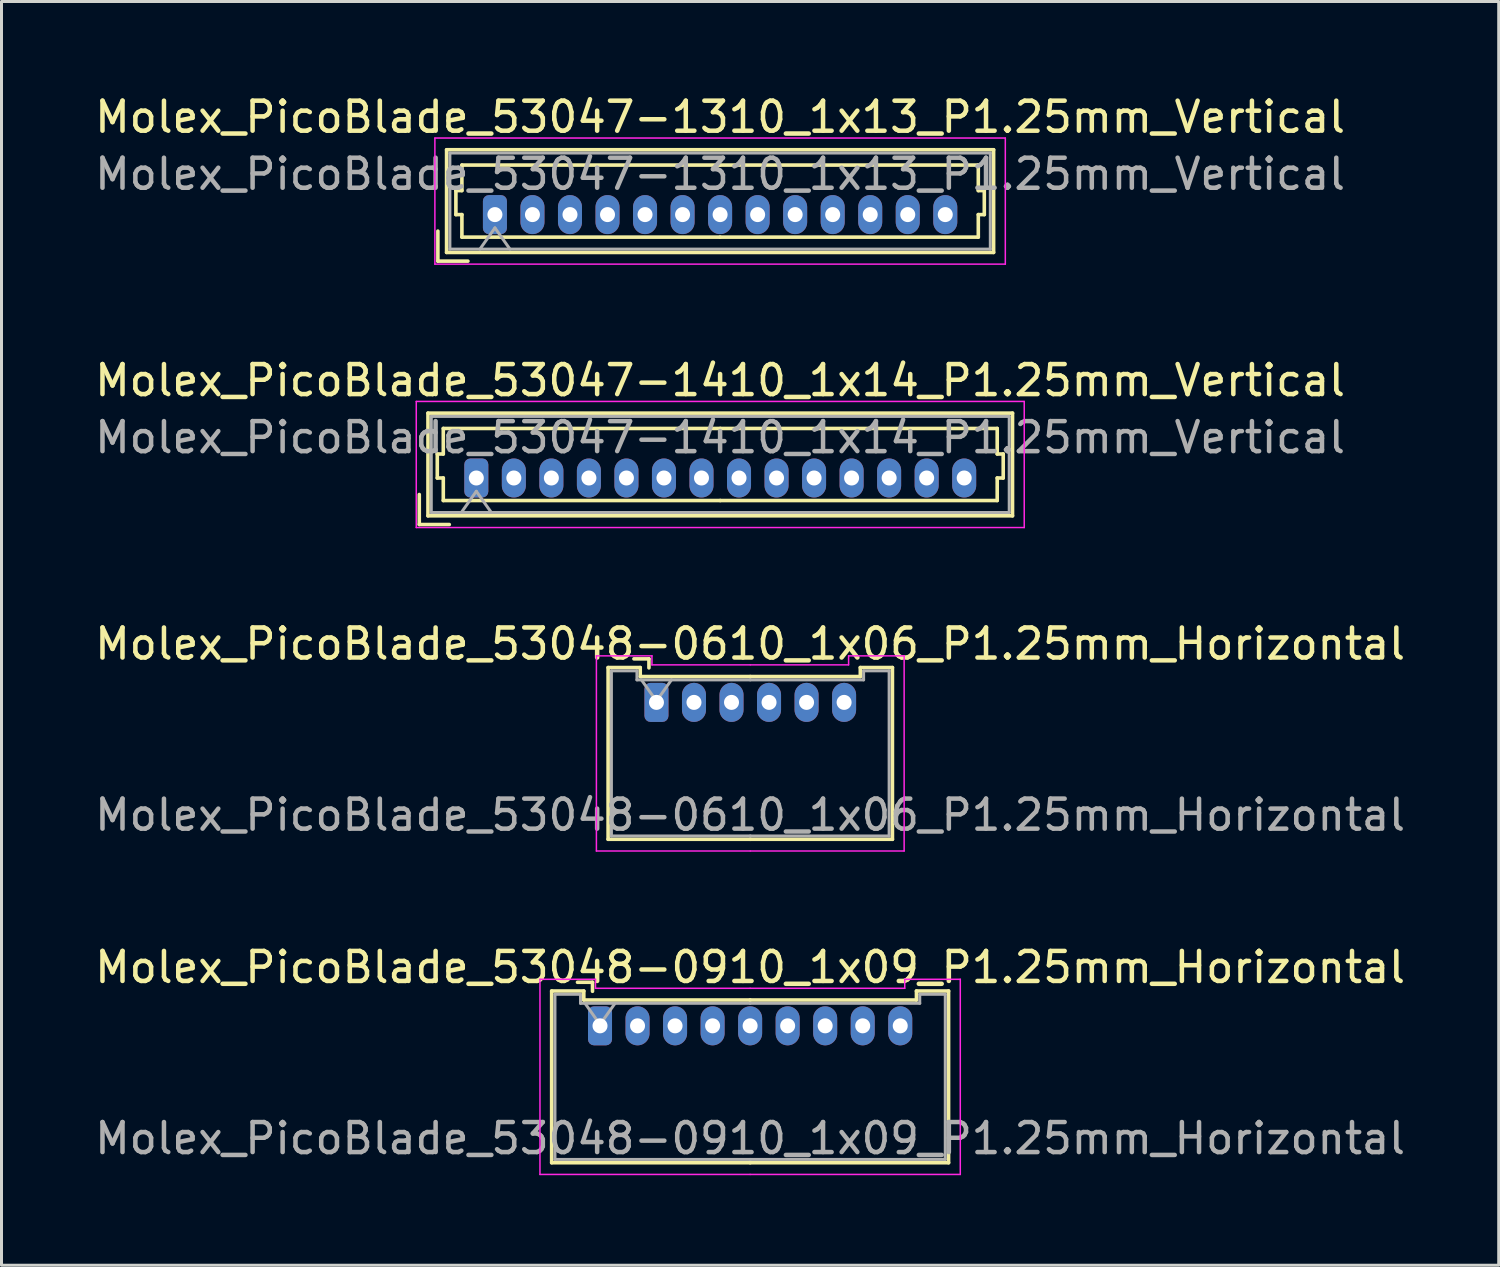
<source format=kicad_pcb>
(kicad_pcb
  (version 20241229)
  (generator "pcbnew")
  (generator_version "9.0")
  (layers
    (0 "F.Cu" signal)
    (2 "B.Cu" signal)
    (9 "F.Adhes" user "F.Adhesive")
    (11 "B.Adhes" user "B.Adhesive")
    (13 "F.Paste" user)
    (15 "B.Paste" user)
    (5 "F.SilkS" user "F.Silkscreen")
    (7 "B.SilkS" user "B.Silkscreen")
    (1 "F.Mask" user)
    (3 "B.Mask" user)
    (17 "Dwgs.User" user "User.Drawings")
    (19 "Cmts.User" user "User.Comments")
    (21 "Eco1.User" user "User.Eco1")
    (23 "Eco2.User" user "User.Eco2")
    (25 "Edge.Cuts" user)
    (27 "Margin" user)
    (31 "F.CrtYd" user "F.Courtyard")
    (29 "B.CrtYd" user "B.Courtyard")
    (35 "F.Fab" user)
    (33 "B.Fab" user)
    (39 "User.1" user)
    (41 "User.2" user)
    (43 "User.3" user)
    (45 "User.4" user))
  (footprint "Molex_PicoBlade_53048-0910_1x09_P1.25mm_Horizontal"
    (layer "F.Cu")
    (at 16.935 31.118)
    (property "Reference" "Molex_PicoBlade_53048-0910_1x09_P1.25mm_Horizontal" (at 5 -1.95 0) (layer "F.SilkS") (effects (font (size 1 1) (thickness 0.15))))
    (attr through_hole)
    (fp_line (start -1.61 -1.16) (end -1.61 4.56) (stroke (width 0.12) (type solid)) (layer "F.SilkS"))
    (fp_line (start -1.61 4.56) (end 5 4.56) (stroke (width 0.12) (type solid)) (layer "F.SilkS"))
    (fp_line (start -0.54 -1.16) (end -1.61 -1.16) (stroke (width 0.12) (type solid)) (layer "F.SilkS"))
    (fp_line (start -0.54 -0.86) (end -0.54 -1.16) (stroke (width 0.12) (type solid)) (layer "F.SilkS"))
    (fp_line (start -0.25 -1.45) (end -0.75 -1.45) (stroke (width 0.12) (type solid)) (layer "F.SilkS"))
    (fp_line (start -0.25 -1.15) (end -0.25 -1.45) (stroke (width 0.12) (type solid)) (layer "F.SilkS"))
    (fp_line (start 5 -0.86) (end -0.54 -0.86) (stroke (width 0.12) (type solid)) (layer "F.SilkS"))
    (fp_line (start 5 -0.86) (end 10.54 -0.86) (stroke (width 0.12) (type solid)) (layer "F.SilkS"))
    (fp_line (start 10.54 -1.16) (end 11.61 -1.16) (stroke (width 0.12) (type solid)) (layer "F.SilkS"))
    (fp_line (start 10.54 -0.86) (end 10.54 -1.16) (stroke (width 0.12) (type solid)) (layer "F.SilkS"))
    (fp_line (start 11.61 -1.16) (end 11.61 4.56) (stroke (width 0.12) (type solid)) (layer "F.SilkS"))
    (fp_line (start 11.61 4.56) (end 5 4.56) (stroke (width 0.12) (type solid)) (layer "F.SilkS"))
    (fp_line (start -2 -1.55) (end -2 4.95) (stroke (width 0.05) (type solid)) (layer "F.CrtYd"))
    (fp_line (start -2 4.95) (end 5 4.95) (stroke (width 0.05) (type solid)) (layer "F.CrtYd"))
    (fp_line (start -0.15 -1.55) (end -2 -1.55) (stroke (width 0.05) (type solid)) (layer "F.CrtYd"))
    (fp_line (start -0.15 -1.25) (end -0.15 -1.55) (stroke (width 0.05) (type solid)) (layer "F.CrtYd"))
    (fp_line (start 5 -1.25) (end -0.15 -1.25) (stroke (width 0.05) (type solid)) (layer "F.CrtYd"))
    (fp_line (start 5 -1.25) (end 10.15 -1.25) (stroke (width 0.05) (type solid)) (layer "F.CrtYd"))
    (fp_line (start 10.15 -1.55) (end 12 -1.55) (stroke (width 0.05) (type solid)) (layer "F.CrtYd"))
    (fp_line (start 10.15 -1.25) (end 10.15 -1.55) (stroke (width 0.05) (type solid)) (layer "F.CrtYd"))
    (fp_line (start 12 -1.55) (end 12 4.95) (stroke (width 0.05) (type solid)) (layer "F.CrtYd"))
    (fp_line (start 12 4.95) (end 5 4.95) (stroke (width 0.05) (type solid)) (layer "F.CrtYd"))
    (fp_line (start -1.5 -1.05) (end -1.5 4.45) (stroke (width 0.1) (type solid)) (layer "F.Fab"))
    (fp_line (start -1.5 4.45) (end 5 4.45) (stroke (width 0.1) (type solid)) (layer "F.Fab"))
    (fp_line (start -0.65 -1.05) (end -1.5 -1.05) (stroke (width 0.1) (type solid)) (layer "F.Fab"))
    (fp_line (start -0.65 -0.75) (end -0.65 -1.05) (stroke (width 0.1) (type solid)) (layer "F.Fab"))
    (fp_line (start -0.5 -0.75) (end 0 -0.043) (stroke (width 0.1) (type solid)) (layer "F.Fab"))
    (fp_line (start 0 -0.043) (end 0.5 -0.75) (stroke (width 0.1) (type solid)) (layer "F.Fab"))
    (fp_line (start 5 -0.75) (end -0.65 -0.75) (stroke (width 0.1) (type solid)) (layer "F.Fab"))
    (fp_line (start 5 -0.75) (end 10.65 -0.75) (stroke (width 0.1) (type solid)) (layer "F.Fab"))
    (fp_line (start 10.65 -1.05) (end 11.5 -1.05) (stroke (width 0.1) (type solid)) (layer "F.Fab"))
    (fp_line (start 10.65 -0.75) (end 10.65 -1.05) (stroke (width 0.1) (type solid)) (layer "F.Fab"))
    (fp_line (start 11.5 -1.05) (end 11.5 4.45) (stroke (width 0.1) (type solid)) (layer "F.Fab"))
    (fp_line (start 11.5 4.45) (end 5 4.45) (stroke (width 0.1) (type solid)) (layer "F.Fab"))
    (fp_text user "${REFERENCE}" (at 5 3.75 0) (layer "F.Fab") (effects (font (size 1 1) (thickness 0.15))))
    (pad "1" thru_hole roundrect (at 0 0) (size 0.8 1.3) (drill 0.5) (layers "*.Cu" "*.Mask") (roundrect_rratio 0.25))
    (pad "2" thru_hole oval (at 1.25 0) (size 0.8 1.3) (drill 0.5) (layers "*.Cu" "*.Mask"))
    (pad "3" thru_hole oval (at 2.5 0) (size 0.8 1.3) (drill 0.5) (layers "*.Cu" "*.Mask"))
    (pad "4" thru_hole oval (at 3.75 0) (size 0.8 1.3) (drill 0.5) (layers "*.Cu" "*.Mask"))
    (pad "5" thru_hole oval (at 5 0) (size 0.8 1.3) (drill 0.5) (layers "*.Cu" "*.Mask"))
    (pad "6" thru_hole oval (at 6.25 0) (size 0.8 1.3) (drill 0.5) (layers "*.Cu" "*.Mask"))
    (pad "7" thru_hole oval (at 7.5 0) (size 0.8 1.3) (drill 0.5) (layers "*.Cu" "*.Mask"))
    (pad "8" thru_hole oval (at 8.75 0) (size 0.8 1.3) (drill 0.5) (layers "*.Cu" "*.Mask"))
    (pad "9" thru_hole oval (at 10 0) (size 0.8 1.3) (drill 0.5) (layers "*.Cu" "*.Mask")))
  (footprint "Molex_PicoBlade_53047-1310_1x13_P1.25mm_Vertical"
    (layer "F.Cu")
    (at 13.435 4.098)
    (property "Reference" "Molex_PicoBlade_53047-1310_1x13_P1.25mm_Vertical" (at 7.5 -3.25 0) (layer "F.SilkS") (effects (font (size 1 1) (thickness 0.15))))
    (attr through_hole)
    (fp_line (start -1.9 1.55) (end -1.9 0.55) (stroke (width 0.12) (type solid)) (layer "F.SilkS"))
    (fp_line (start -1.9 1.55) (end -0.9 1.55) (stroke (width 0.12) (type solid)) (layer "F.SilkS"))
    (fp_line (start -1.61 -2.16) (end -1.61 1.26) (stroke (width 0.12) (type solid)) (layer "F.SilkS"))
    (fp_line (start -1.61 1.26) (end 16.61 1.26) (stroke (width 0.12) (type solid)) (layer "F.SilkS"))
    (fp_line (start -1.3 -0.8) (end -1.1 -0.8) (stroke (width 0.12) (type solid)) (layer "F.SilkS"))
    (fp_line (start -1.3 0) (end -1.3 -0.8) (stroke (width 0.12) (type solid)) (layer "F.SilkS"))
    (fp_line (start -1.1 -1.65) (end 7.5 -1.65) (stroke (width 0.12) (type solid)) (layer "F.SilkS"))
    (fp_line (start -1.1 -0.8) (end -1.1 -1.65) (stroke (width 0.12) (type solid)) (layer "F.SilkS"))
    (fp_line (start -1.1 0) (end -1.3 0) (stroke (width 0.12) (type solid)) (layer "F.SilkS"))
    (fp_line (start -1.1 0.75) (end -1.1 0) (stroke (width 0.12) (type solid)) (layer "F.SilkS"))
    (fp_line (start 7.5 0.75) (end -1.1 0.75) (stroke (width 0.12) (type solid)) (layer "F.SilkS"))
    (fp_line (start 7.5 0.75) (end 16.1 0.75) (stroke (width 0.12) (type solid)) (layer "F.SilkS"))
    (fp_line (start 16.1 -1.65) (end 7.5 -1.65) (stroke (width 0.12) (type solid)) (layer "F.SilkS"))
    (fp_line (start 16.1 -0.8) (end 16.1 -1.65) (stroke (width 0.12) (type solid)) (layer "F.SilkS"))
    (fp_line (start 16.1 0) (end 16.3 0) (stroke (width 0.12) (type solid)) (layer "F.SilkS"))
    (fp_line (start 16.1 0.75) (end 16.1 0) (stroke (width 0.12) (type solid)) (layer "F.SilkS"))
    (fp_line (start 16.3 -0.8) (end 16.1 -0.8) (stroke (width 0.12) (type solid)) (layer "F.SilkS"))
    (fp_line (start 16.3 0) (end 16.3 -0.8) (stroke (width 0.12) (type solid)) (layer "F.SilkS"))
    (fp_line (start 16.61 -2.16) (end -1.61 -2.16) (stroke (width 0.12) (type solid)) (layer "F.SilkS"))
    (fp_line (start 16.61 1.26) (end 16.61 -2.16) (stroke (width 0.12) (type solid)) (layer "F.SilkS"))
    (fp_line (start -2 -2.55) (end -2 1.65) (stroke (width 0.05) (type solid)) (layer "F.CrtYd"))
    (fp_line (start -2 1.65) (end 17 1.65) (stroke (width 0.05) (type solid)) (layer "F.CrtYd"))
    (fp_line (start 17 -2.55) (end -2 -2.55) (stroke (width 0.05) (type solid)) (layer "F.CrtYd"))
    (fp_line (start 17 1.65) (end 17 -2.55) (stroke (width 0.05) (type solid)) (layer "F.CrtYd"))
    (fp_line (start -1.5 -2.05) (end -1.5 1.15) (stroke (width 0.1) (type solid)) (layer "F.Fab"))
    (fp_line (start -1.5 1.15) (end 16.5 1.15) (stroke (width 0.1) (type solid)) (layer "F.Fab"))
    (fp_line (start -0.5 1.15) (end 0 0.443) (stroke (width 0.1) (type solid)) (layer "F.Fab"))
    (fp_line (start 0 0.443) (end 0.5 1.15) (stroke (width 0.1) (type solid)) (layer "F.Fab"))
    (fp_line (start 16.5 -2.05) (end -1.5 -2.05) (stroke (width 0.1) (type solid)) (layer "F.Fab"))
    (fp_line (start 16.5 1.15) (end 16.5 -2.05) (stroke (width 0.1) (type solid)) (layer "F.Fab"))
    (fp_text user "${REFERENCE}" (at 7.5 -1.35 0) (layer "F.Fab") (effects (font (size 1 1) (thickness 0.15))))
    (pad "1" thru_hole roundrect (at 0 0) (size 0.8 1.3) (drill 0.5) (layers "*.Cu" "*.Mask") (roundrect_rratio 0.25))
    (pad "2" thru_hole oval (at 1.25 0) (size 0.8 1.3) (drill 0.5) (layers "*.Cu" "*.Mask"))
    (pad "3" thru_hole oval (at 2.5 0) (size 0.8 1.3) (drill 0.5) (layers "*.Cu" "*.Mask"))
    (pad "4" thru_hole oval (at 3.75 0) (size 0.8 1.3) (drill 0.5) (layers "*.Cu" "*.Mask"))
    (pad "5" thru_hole oval (at 5 0) (size 0.8 1.3) (drill 0.5) (layers "*.Cu" "*.Mask"))
    (pad "6" thru_hole oval (at 6.25 0) (size 0.8 1.3) (drill 0.5) (layers "*.Cu" "*.Mask"))
    (pad "7" thru_hole oval (at 7.5 0) (size 0.8 1.3) (drill 0.5) (layers "*.Cu" "*.Mask"))
    (pad "8" thru_hole oval (at 8.75 0) (size 0.8 1.3) (drill 0.5) (layers "*.Cu" "*.Mask"))
    (pad "9" thru_hole oval (at 10 0) (size 0.8 1.3) (drill 0.5) (layers "*.Cu" "*.Mask"))
    (pad "10" thru_hole oval (at 11.25 0) (size 0.8 1.3) (drill 0.5) (layers "*.Cu" "*.Mask"))
    (pad "11" thru_hole oval (at 12.5 0) (size 0.8 1.3) (drill 0.5) (layers "*.Cu" "*.Mask"))
    (pad "12" thru_hole oval (at 13.75 0) (size 0.8 1.3) (drill 0.5) (layers "*.Cu" "*.Mask"))
    (pad "13" thru_hole oval (at 15 0) (size 0.8 1.3) (drill 0.5) (layers "*.Cu" "*.Mask")))
  (footprint "Molex_PicoBlade_53048-0610_1x06_P1.25mm_Horizontal"
    (layer "F.Cu")
    (at 18.815 20.345)
    (property "Reference" "Molex_PicoBlade_53048-0610_1x06_P1.25mm_Horizontal" (at 3.12 -1.95 0) (layer "F.SilkS") (effects (font (size 1 1) (thickness 0.15))))
    (attr through_hole)
    (fp_line (start -1.61 -1.16) (end -1.61 4.56) (stroke (width 0.12) (type solid)) (layer "F.SilkS"))
    (fp_line (start -1.61 4.56) (end 3.125 4.56) (stroke (width 0.12) (type solid)) (layer "F.SilkS"))
    (fp_line (start -0.54 -1.16) (end -1.61 -1.16) (stroke (width 0.12) (type solid)) (layer "F.SilkS"))
    (fp_line (start -0.54 -0.86) (end -0.54 -1.16) (stroke (width 0.12) (type solid)) (layer "F.SilkS"))
    (fp_line (start -0.25 -1.45) (end -0.75 -1.45) (stroke (width 0.12) (type solid)) (layer "F.SilkS"))
    (fp_line (start -0.25 -1.15) (end -0.25 -1.45) (stroke (width 0.12) (type solid)) (layer "F.SilkS"))
    (fp_line (start 3.125 -0.86) (end -0.54 -0.86) (stroke (width 0.12) (type solid)) (layer "F.SilkS"))
    (fp_line (start 3.125 -0.86) (end 6.79 -0.86) (stroke (width 0.12) (type solid)) (layer "F.SilkS"))
    (fp_line (start 6.79 -1.16) (end 7.86 -1.16) (stroke (width 0.12) (type solid)) (layer "F.SilkS"))
    (fp_line (start 6.79 -0.86) (end 6.79 -1.16) (stroke (width 0.12) (type solid)) (layer "F.SilkS"))
    (fp_line (start 7.86 -1.16) (end 7.86 4.56) (stroke (width 0.12) (type solid)) (layer "F.SilkS"))
    (fp_line (start 7.86 4.56) (end 3.125 4.56) (stroke (width 0.12) (type solid)) (layer "F.SilkS"))
    (fp_line (start -2 -1.55) (end -2 4.95) (stroke (width 0.05) (type solid)) (layer "F.CrtYd"))
    (fp_line (start -2 4.95) (end 3.12 4.95) (stroke (width 0.05) (type solid)) (layer "F.CrtYd"))
    (fp_line (start -0.15 -1.55) (end -2 -1.55) (stroke (width 0.05) (type solid)) (layer "F.CrtYd"))
    (fp_line (start -0.15 -1.25) (end -0.15 -1.55) (stroke (width 0.05) (type solid)) (layer "F.CrtYd"))
    (fp_line (start 3.12 -1.25) (end -0.15 -1.25) (stroke (width 0.05) (type solid)) (layer "F.CrtYd"))
    (fp_line (start 3.13 -1.25) (end 6.4 -1.25) (stroke (width 0.05) (type solid)) (layer "F.CrtYd"))
    (fp_line (start 6.4 -1.55) (end 8.25 -1.55) (stroke (width 0.05) (type solid)) (layer "F.CrtYd"))
    (fp_line (start 6.4 -1.25) (end 6.4 -1.55) (stroke (width 0.05) (type solid)) (layer "F.CrtYd"))
    (fp_line (start 8.25 -1.55) (end 8.25 4.95) (stroke (width 0.05) (type solid)) (layer "F.CrtYd"))
    (fp_line (start 8.25 4.95) (end 3.13 4.95) (stroke (width 0.05) (type solid)) (layer "F.CrtYd"))
    (fp_line (start -1.5 -1.05) (end -1.5 4.45) (stroke (width 0.1) (type solid)) (layer "F.Fab"))
    (fp_line (start -1.5 4.45) (end 3.125 4.45) (stroke (width 0.1) (type solid)) (layer "F.Fab"))
    (fp_line (start -0.65 -1.05) (end -1.5 -1.05) (stroke (width 0.1) (type solid)) (layer "F.Fab"))
    (fp_line (start -0.65 -0.75) (end -0.65 -1.05) (stroke (width 0.1) (type solid)) (layer "F.Fab"))
    (fp_line (start -0.5 -0.75) (end 0 -0.043) (stroke (width 0.1) (type solid)) (layer "F.Fab"))
    (fp_line (start 0 -0.043) (end 0.5 -0.75) (stroke (width 0.1) (type solid)) (layer "F.Fab"))
    (fp_line (start 3.125 -0.75) (end -0.65 -0.75) (stroke (width 0.1) (type solid)) (layer "F.Fab"))
    (fp_line (start 3.125 -0.75) (end 6.9 -0.75) (stroke (width 0.1) (type solid)) (layer "F.Fab"))
    (fp_line (start 6.9 -1.05) (end 7.75 -1.05) (stroke (width 0.1) (type solid)) (layer "F.Fab"))
    (fp_line (start 6.9 -0.75) (end 6.9 -1.05) (stroke (width 0.1) (type solid)) (layer "F.Fab"))
    (fp_line (start 7.75 -1.05) (end 7.75 4.45) (stroke (width 0.1) (type solid)) (layer "F.Fab"))
    (fp_line (start 7.75 4.45) (end 3.125 4.45) (stroke (width 0.1) (type solid)) (layer "F.Fab"))
    (fp_text user "${REFERENCE}" (at 3.12 3.75 0) (layer "F.Fab") (effects (font (size 1 1) (thickness 0.15))))
    (pad "1" thru_hole roundrect (at 0 0) (size 0.8 1.3) (drill 0.5) (layers "*.Cu" "*.Mask") (roundrect_rratio 0.25))
    (pad "2" thru_hole oval (at 1.25 0) (size 0.8 1.3) (drill 0.5) (layers "*.Cu" "*.Mask"))
    (pad "3" thru_hole oval (at 2.5 0) (size 0.8 1.3) (drill 0.5) (layers "*.Cu" "*.Mask"))
    (pad "4" thru_hole oval (at 3.75 0) (size 0.8 1.3) (drill 0.5) (layers "*.Cu" "*.Mask"))
    (pad "5" thru_hole oval (at 5 0) (size 0.8 1.3) (drill 0.5) (layers "*.Cu" "*.Mask"))
    (pad "6" thru_hole oval (at 6.25 0) (size 0.8 1.3) (drill 0.5) (layers "*.Cu" "*.Mask")))
  (footprint "Molex_PicoBlade_53047-1410_1x14_P1.25mm_Vertical"
    (layer "F.Cu")
    (at 12.815 12.871)
    (property "Reference" "Molex_PicoBlade_53047-1410_1x14_P1.25mm_Vertical" (at 8.12 -3.25 0) (layer "F.SilkS") (effects (font (size 1 1) (thickness 0.15))))
    (attr through_hole)
    (fp_line (start -1.9 1.55) (end -1.9 0.55) (stroke (width 0.12) (type solid)) (layer "F.SilkS"))
    (fp_line (start -1.9 1.55) (end -0.9 1.55) (stroke (width 0.12) (type solid)) (layer "F.SilkS"))
    (fp_line (start -1.61 -2.16) (end -1.61 1.26) (stroke (width 0.12) (type solid)) (layer "F.SilkS"))
    (fp_line (start -1.61 1.26) (end 17.86 1.26) (stroke (width 0.12) (type solid)) (layer "F.SilkS"))
    (fp_line (start -1.3 -0.8) (end -1.1 -0.8) (stroke (width 0.12) (type solid)) (layer "F.SilkS"))
    (fp_line (start -1.3 0) (end -1.3 -0.8) (stroke (width 0.12) (type solid)) (layer "F.SilkS"))
    (fp_line (start -1.1 -1.65) (end 8.125 -1.65) (stroke (width 0.12) (type solid)) (layer "F.SilkS"))
    (fp_line (start -1.1 -0.8) (end -1.1 -1.65) (stroke (width 0.12) (type solid)) (layer "F.SilkS"))
    (fp_line (start -1.1 0) (end -1.3 0) (stroke (width 0.12) (type solid)) (layer "F.SilkS"))
    (fp_line (start -1.1 0.75) (end -1.1 0) (stroke (width 0.12) (type solid)) (layer "F.SilkS"))
    (fp_line (start 8.125 0.75) (end -1.1 0.75) (stroke (width 0.12) (type solid)) (layer "F.SilkS"))
    (fp_line (start 8.125 0.75) (end 17.35 0.75) (stroke (width 0.12) (type solid)) (layer "F.SilkS"))
    (fp_line (start 17.35 -1.65) (end 8.125 -1.65) (stroke (width 0.12) (type solid)) (layer "F.SilkS"))
    (fp_line (start 17.35 -0.8) (end 17.35 -1.65) (stroke (width 0.12) (type solid)) (layer "F.SilkS"))
    (fp_line (start 17.35 0) (end 17.55 0) (stroke (width 0.12) (type solid)) (layer "F.SilkS"))
    (fp_line (start 17.35 0.75) (end 17.35 0) (stroke (width 0.12) (type solid)) (layer "F.SilkS"))
    (fp_line (start 17.55 -0.8) (end 17.35 -0.8) (stroke (width 0.12) (type solid)) (layer "F.SilkS"))
    (fp_line (start 17.55 0) (end 17.55 -0.8) (stroke (width 0.12) (type solid)) (layer "F.SilkS"))
    (fp_line (start 17.86 -2.16) (end -1.61 -2.16) (stroke (width 0.12) (type solid)) (layer "F.SilkS"))
    (fp_line (start 17.86 1.26) (end 17.86 -2.16) (stroke (width 0.12) (type solid)) (layer "F.SilkS"))
    (fp_line (start -2 -2.55) (end -2 1.65) (stroke (width 0.05) (type solid)) (layer "F.CrtYd"))
    (fp_line (start -2 1.65) (end 18.25 1.65) (stroke (width 0.05) (type solid)) (layer "F.CrtYd"))
    (fp_line (start 18.25 -2.55) (end -2 -2.55) (stroke (width 0.05) (type solid)) (layer "F.CrtYd"))
    (fp_line (start 18.25 1.65) (end 18.25 -2.55) (stroke (width 0.05) (type solid)) (layer "F.CrtYd"))
    (fp_line (start -1.5 -2.05) (end -1.5 1.15) (stroke (width 0.1) (type solid)) (layer "F.Fab"))
    (fp_line (start -1.5 1.15) (end 17.75 1.15) (stroke (width 0.1) (type solid)) (layer "F.Fab"))
    (fp_line (start -0.5 1.15) (end 0 0.443) (stroke (width 0.1) (type solid)) (layer "F.Fab"))
    (fp_line (start 0 0.443) (end 0.5 1.15) (stroke (width 0.1) (type solid)) (layer "F.Fab"))
    (fp_line (start 17.75 -2.05) (end -1.5 -2.05) (stroke (width 0.1) (type solid)) (layer "F.Fab"))
    (fp_line (start 17.75 1.15) (end 17.75 -2.05) (stroke (width 0.1) (type solid)) (layer "F.Fab"))
    (fp_text user "${REFERENCE}" (at 8.12 -1.35 0) (layer "F.Fab") (effects (font (size 1 1) (thickness 0.15))))
    (pad "1" thru_hole roundrect (at 0 0) (size 0.8 1.3) (drill 0.5) (layers "*.Cu" "*.Mask") (roundrect_rratio 0.25))
    (pad "2" thru_hole oval (at 1.25 0) (size 0.8 1.3) (drill 0.5) (layers "*.Cu" "*.Mask"))
    (pad "3" thru_hole oval (at 2.5 0) (size 0.8 1.3) (drill 0.5) (layers "*.Cu" "*.Mask"))
    (pad "4" thru_hole oval (at 3.75 0) (size 0.8 1.3) (drill 0.5) (layers "*.Cu" "*.Mask"))
    (pad "5" thru_hole oval (at 5 0) (size 0.8 1.3) (drill 0.5) (layers "*.Cu" "*.Mask"))
    (pad "6" thru_hole oval (at 6.25 0) (size 0.8 1.3) (drill 0.5) (layers "*.Cu" "*.Mask"))
    (pad "7" thru_hole oval (at 7.5 0) (size 0.8 1.3) (drill 0.5) (layers "*.Cu" "*.Mask"))
    (pad "8" thru_hole oval (at 8.75 0) (size 0.8 1.3) (drill 0.5) (layers "*.Cu" "*.Mask"))
    (pad "9" thru_hole oval (at 10 0) (size 0.8 1.3) (drill 0.5) (layers "*.Cu" "*.Mask"))
    (pad "10" thru_hole oval (at 11.25 0) (size 0.8 1.3) (drill 0.5) (layers "*.Cu" "*.Mask"))
    (pad "11" thru_hole oval (at 12.5 0) (size 0.8 1.3) (drill 0.5) (layers "*.Cu" "*.Mask"))
    (pad "12" thru_hole oval (at 13.75 0) (size 0.8 1.3) (drill 0.5) (layers "*.Cu" "*.Mask"))
    (pad "13" thru_hole oval (at 15 0) (size 0.8 1.3) (drill 0.5) (layers "*.Cu" "*.Mask"))
    (pad "14" thru_hole oval (at 16.25 0) (size 0.8 1.3) (drill 0.5) (layers "*.Cu" "*.Mask")))
  (gr_rect
    (start -3 -3)
    (end 46.869 39.093)
    (stroke (width 0.1) (type default))
    (fill no)
    (layer "Edge.Cuts")))
</source>
